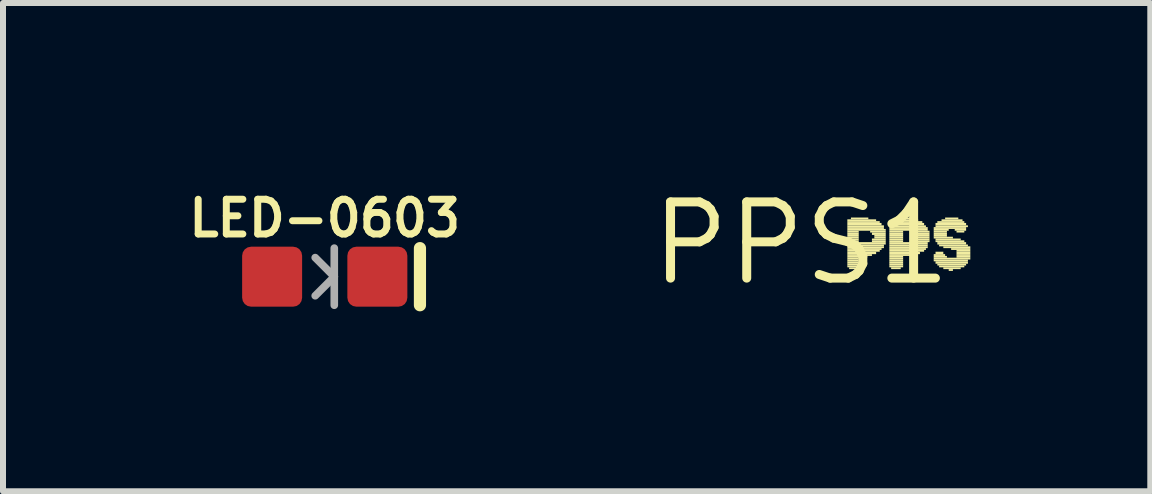
<source format=kicad_pcb>
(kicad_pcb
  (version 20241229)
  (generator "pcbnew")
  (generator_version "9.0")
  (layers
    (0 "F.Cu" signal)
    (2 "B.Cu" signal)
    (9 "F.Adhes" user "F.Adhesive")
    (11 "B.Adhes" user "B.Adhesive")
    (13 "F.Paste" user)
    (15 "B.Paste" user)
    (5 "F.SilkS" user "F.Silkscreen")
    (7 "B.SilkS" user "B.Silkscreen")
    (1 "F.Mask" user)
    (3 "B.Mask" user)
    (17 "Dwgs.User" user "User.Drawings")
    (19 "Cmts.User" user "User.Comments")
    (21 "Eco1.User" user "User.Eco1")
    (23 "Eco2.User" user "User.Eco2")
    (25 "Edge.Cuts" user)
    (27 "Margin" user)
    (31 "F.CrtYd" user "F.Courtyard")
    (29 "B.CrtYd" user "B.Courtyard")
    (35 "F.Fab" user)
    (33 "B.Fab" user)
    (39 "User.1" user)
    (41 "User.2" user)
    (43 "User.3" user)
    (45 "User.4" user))
  (footprint "PPS1"
    (layer "F.Cu")
    (at 10.304 1.006)
    (property "Reference" "PPS1" (at 0 0 0) (layer "F.SilkS") (effects (font (size 1.27 1.27) (thickness 0.15))))
    (attr through_hole)
    (fp_poly (pts (xy 0.77 -0.37) (xy 1.25 -0.37) (xy 1.25 -0.4) (xy 0.77 -0.4)) (stroke (width 0) (type solid)) (fill yes) (layer "F.SilkS"))
    (fp_poly (pts (xy 0.77 -0.34) (xy 1.31 -0.34) (xy 1.31 -0.37) (xy 0.77 -0.37)) (stroke (width 0) (type solid)) (fill yes) (layer "F.SilkS"))
    (fp_poly (pts (xy 0.77 -0.3) (xy 1.34 -0.3) (xy 1.34 -0.34) (xy 0.77 -0.34)) (stroke (width 0) (type solid)) (fill yes) (layer "F.SilkS"))
    (fp_poly (pts (xy 0.77 -0.27) (xy 1.38 -0.27) (xy 1.38 -0.3) (xy 0.77 -0.3)) (stroke (width 0) (type solid)) (fill yes) (layer "F.SilkS"))
    (fp_poly (pts (xy 0.77 -0.24) (xy 1.38 -0.24) (xy 1.38 -0.27) (xy 0.77 -0.27)) (stroke (width 0) (type solid)) (fill yes) (layer "F.SilkS"))
    (fp_poly (pts (xy 0.77 -0.21) (xy 1.41 -0.21) (xy 1.41 -0.24) (xy 0.77 -0.24)) (stroke (width 0) (type solid)) (fill yes) (layer "F.SilkS"))
    (fp_poly (pts (xy 0.77 -0.18) (xy 0.96 -0.18) (xy 0.96 -0.21) (xy 0.77 -0.21)) (stroke (width 0) (type solid)) (fill yes) (layer "F.SilkS"))
    (fp_poly (pts (xy 0.77 -0.14) (xy 0.96 -0.14) (xy 0.96 -0.18) (xy 0.77 -0.18)) (stroke (width 0) (type solid)) (fill yes) (layer "F.SilkS"))
    (fp_poly (pts (xy 0.77 -0.11) (xy 0.96 -0.11) (xy 0.96 -0.14) (xy 0.77 -0.14)) (stroke (width 0) (type solid)) (fill yes) (layer "F.SilkS"))
    (fp_poly (pts (xy 0.77 -0.08) (xy 0.96 -0.08) (xy 0.96 -0.11) (xy 0.77 -0.11)) (stroke (width 0) (type solid)) (fill yes) (layer "F.SilkS"))
    (fp_poly (pts (xy 0.77 -0.05) (xy 0.96 -0.05) (xy 0.96 -0.08) (xy 0.77 -0.08)) (stroke (width 0) (type solid)) (fill yes) (layer "F.SilkS"))
    (fp_poly (pts (xy 0.77 -0.02) (xy 0.96 -0.02) (xy 0.96 -0.05) (xy 0.77 -0.05)) (stroke (width 0) (type solid)) (fill yes) (layer "F.SilkS"))
    (fp_poly (pts (xy 0.77 0.02) (xy 1.41 0.02) (xy 1.41 -0.02) (xy 0.77 -0.02)) (stroke (width 0) (type solid)) (fill yes) (layer "F.SilkS"))
    (fp_poly (pts (xy 0.77 0.05) (xy 1.38 0.05) (xy 1.38 0.02) (xy 0.77 0.02)) (stroke (width 0) (type solid)) (fill yes) (layer "F.SilkS"))
    (fp_poly (pts (xy 0.77 0.08) (xy 1.38 0.08) (xy 1.38 0.05) (xy 0.77 0.05)) (stroke (width 0) (type solid)) (fill yes) (layer "F.SilkS"))
    (fp_poly (pts (xy 0.77 0.11) (xy 1.34 0.11) (xy 1.34 0.08) (xy 0.77 0.08)) (stroke (width 0) (type solid)) (fill yes) (layer "F.SilkS"))
    (fp_poly (pts (xy 0.77 0.14) (xy 1.31 0.14) (xy 1.31 0.11) (xy 0.77 0.11)) (stroke (width 0) (type solid)) (fill yes) (layer "F.SilkS"))
    (fp_poly (pts (xy 0.77 0.18) (xy 1.25 0.18) (xy 1.25 0.14) (xy 0.77 0.14)) (stroke (width 0) (type solid)) (fill yes) (layer "F.SilkS"))
    (fp_poly (pts (xy 0.77 0.21) (xy 1.18 0.21) (xy 1.18 0.18) (xy 0.77 0.18)) (stroke (width 0) (type solid)) (fill yes) (layer "F.SilkS"))
    (fp_poly (pts (xy 0.77 0.24) (xy 0.96 0.24) (xy 0.96 0.21) (xy 0.77 0.21)) (stroke (width 0) (type solid)) (fill yes) (layer "F.SilkS"))
    (fp_poly (pts (xy 0.77 0.27) (xy 0.96 0.27) (xy 0.96 0.24) (xy 0.77 0.24)) (stroke (width 0) (type solid)) (fill yes) (layer "F.SilkS"))
    (fp_poly (pts (xy 0.77 0.3) (xy 0.96 0.3) (xy 0.96 0.27) (xy 0.77 0.27)) (stroke (width 0) (type solid)) (fill yes) (layer "F.SilkS"))
    (fp_poly (pts (xy 0.77 0.34) (xy 0.96 0.34) (xy 0.96 0.3) (xy 0.77 0.3)) (stroke (width 0) (type solid)) (fill yes) (layer "F.SilkS"))
    (fp_poly (pts (xy 0.77 0.37) (xy 0.96 0.37) (xy 0.96 0.34) (xy 0.77 0.34)) (stroke (width 0) (type solid)) (fill yes) (layer "F.SilkS"))
    (fp_poly (pts (xy 0.77 0.4) (xy 0.96 0.4) (xy 0.96 0.37) (xy 0.77 0.37)) (stroke (width 0) (type solid)) (fill yes) (layer "F.SilkS"))
    (fp_poly (pts (xy 0.8 0.43) (xy 0.93 0.43) (xy 0.93 0.4) (xy 0.8 0.4)) (stroke (width 0) (type solid)) (fill yes) (layer "F.SilkS"))
    (fp_poly (pts (xy 0.83 -0.4) (xy 1.12 -0.4) (xy 1.12 -0.43) (xy 0.83 -0.43)) (stroke (width 0) (type solid)) (fill yes) (layer "F.SilkS"))
    (fp_poly (pts (xy 1.15 -0.18) (xy 1.41 -0.18) (xy 1.41 -0.21) (xy 1.15 -0.21)) (stroke (width 0) (type solid)) (fill yes) (layer "F.SilkS"))
    (fp_poly (pts (xy 1.18 -0.14) (xy 1.41 -0.14) (xy 1.41 -0.18) (xy 1.18 -0.18)) (stroke (width 0) (type solid)) (fill yes) (layer "F.SilkS"))
    (fp_poly (pts (xy 1.18 -0.05) (xy 1.41 -0.05) (xy 1.41 -0.08) (xy 1.18 -0.08)) (stroke (width 0) (type solid)) (fill yes) (layer "F.SilkS"))
    (fp_poly (pts (xy 1.18 -0.02) (xy 1.41 -0.02) (xy 1.41 -0.05) (xy 1.18 -0.05)) (stroke (width 0) (type solid)) (fill yes) (layer "F.SilkS"))
    (fp_poly (pts (xy 1.22 -0.11) (xy 1.41 -0.11) (xy 1.41 -0.14) (xy 1.22 -0.14)) (stroke (width 0) (type solid)) (fill yes) (layer "F.SilkS"))
    (fp_poly (pts (xy 1.22 -0.08) (xy 1.41 -0.08) (xy 1.41 -0.11) (xy 1.22 -0.11)) (stroke (width 0) (type solid)) (fill yes) (layer "F.SilkS"))
    (fp_poly (pts (xy 1.47 -0.34) (xy 2.02 -0.34) (xy 2.02 -0.37) (xy 1.47 -0.37)) (stroke (width 0) (type solid)) (fill yes) (layer "F.SilkS"))
    (fp_poly (pts (xy 1.47 -0.3) (xy 2.05 -0.3) (xy 2.05 -0.34) (xy 1.47 -0.34)) (stroke (width 0) (type solid)) (fill yes) (layer "F.SilkS"))
    (fp_poly (pts (xy 1.47 -0.27) (xy 2.08 -0.27) (xy 2.08 -0.3) (xy 1.47 -0.3)) (stroke (width 0) (type solid)) (fill yes) (layer "F.SilkS"))
    (fp_poly (pts (xy 1.47 -0.24) (xy 2.11 -0.24) (xy 2.11 -0.27) (xy 1.47 -0.27)) (stroke (width 0) (type solid)) (fill yes) (layer "F.SilkS"))
    (fp_poly (pts (xy 1.47 -0.21) (xy 2.11 -0.21) (xy 2.11 -0.24) (xy 1.47 -0.24)) (stroke (width 0) (type solid)) (fill yes) (layer "F.SilkS"))
    (fp_poly (pts (xy 1.47 -0.18) (xy 1.7 -0.18) (xy 1.7 -0.21) (xy 1.47 -0.21)) (stroke (width 0) (type solid)) (fill yes) (layer "F.SilkS"))
    (fp_poly (pts (xy 1.47 -0.14) (xy 1.7 -0.14) (xy 1.7 -0.18) (xy 1.47 -0.18)) (stroke (width 0) (type solid)) (fill yes) (layer "F.SilkS"))
    (fp_poly (pts (xy 1.47 -0.11) (xy 1.7 -0.11) (xy 1.7 -0.14) (xy 1.47 -0.14)) (stroke (width 0) (type solid)) (fill yes) (layer "F.SilkS"))
    (fp_poly (pts (xy 1.47 -0.08) (xy 1.7 -0.08) (xy 1.7 -0.11) (xy 1.47 -0.11)) (stroke (width 0) (type solid)) (fill yes) (layer "F.SilkS"))
    (fp_poly (pts (xy 1.47 -0.05) (xy 1.7 -0.05) (xy 1.7 -0.08) (xy 1.47 -0.08)) (stroke (width 0) (type solid)) (fill yes) (layer "F.SilkS"))
    (fp_poly (pts (xy 1.47 -0.02) (xy 1.7 -0.02) (xy 1.7 -0.05) (xy 1.47 -0.05)) (stroke (width 0) (type solid)) (fill yes) (layer "F.SilkS"))
    (fp_poly (pts (xy 1.47 0.02) (xy 2.11 0.02) (xy 2.11 -0.02) (xy 1.47 -0.02)) (stroke (width 0) (type solid)) (fill yes) (layer "F.SilkS"))
    (fp_poly (pts (xy 1.47 0.05) (xy 2.11 0.05) (xy 2.11 0.02) (xy 1.47 0.02)) (stroke (width 0) (type solid)) (fill yes) (layer "F.SilkS"))
    (fp_poly (pts (xy 1.47 0.08) (xy 2.11 0.08) (xy 2.11 0.05) (xy 1.47 0.05)) (stroke (width 0) (type solid)) (fill yes) (layer "F.SilkS"))
    (fp_poly (pts (xy 1.47 0.11) (xy 2.08 0.11) (xy 2.08 0.08) (xy 1.47 0.08)) (stroke (width 0) (type solid)) (fill yes) (layer "F.SilkS"))
    (fp_poly (pts (xy 1.47 0.14) (xy 2.05 0.14) (xy 2.05 0.11) (xy 1.47 0.11)) (stroke (width 0) (type solid)) (fill yes) (layer "F.SilkS"))
    (fp_poly (pts (xy 1.47 0.18) (xy 1.98 0.18) (xy 1.98 0.14) (xy 1.47 0.14)) (stroke (width 0) (type solid)) (fill yes) (layer "F.SilkS"))
    (fp_poly (pts (xy 1.47 0.21) (xy 1.92 0.21) (xy 1.92 0.18) (xy 1.47 0.18)) (stroke (width 0) (type solid)) (fill yes) (layer "F.SilkS"))
    (fp_poly (pts (xy 1.47 0.24) (xy 1.7 0.24) (xy 1.7 0.21) (xy 1.47 0.21)) (stroke (width 0) (type solid)) (fill yes) (layer "F.SilkS"))
    (fp_poly (pts (xy 1.47 0.27) (xy 1.7 0.27) (xy 1.7 0.24) (xy 1.47 0.24)) (stroke (width 0) (type solid)) (fill yes) (layer "F.SilkS"))
    (fp_poly (pts (xy 1.47 0.3) (xy 1.7 0.3) (xy 1.7 0.27) (xy 1.47 0.27)) (stroke (width 0) (type solid)) (fill yes) (layer "F.SilkS"))
    (fp_poly (pts (xy 1.47 0.34) (xy 1.7 0.34) (xy 1.7 0.3) (xy 1.47 0.3)) (stroke (width 0) (type solid)) (fill yes) (layer "F.SilkS"))
    (fp_poly (pts (xy 1.47 0.37) (xy 1.7 0.37) (xy 1.7 0.34) (xy 1.47 0.34)) (stroke (width 0) (type solid)) (fill yes) (layer "F.SilkS"))
    (fp_poly (pts (xy 1.47 0.4) (xy 1.7 0.4) (xy 1.7 0.37) (xy 1.47 0.37)) (stroke (width 0) (type solid)) (fill yes) (layer "F.SilkS"))
    (fp_poly (pts (xy 1.5 -0.37) (xy 1.95 -0.37) (xy 1.95 -0.4) (xy 1.5 -0.4)) (stroke (width 0) (type solid)) (fill yes) (layer "F.SilkS"))
    (fp_poly (pts (xy 1.5 0.43) (xy 1.66 0.43) (xy 1.66 0.4) (xy 1.5 0.4)) (stroke (width 0) (type solid)) (fill yes) (layer "F.SilkS"))
    (fp_poly (pts (xy 1.57 -0.4) (xy 1.86 -0.4) (xy 1.86 -0.43) (xy 1.57 -0.43)) (stroke (width 0) (type solid)) (fill yes) (layer "F.SilkS"))
    (fp_poly (pts (xy 1.89 -0.18) (xy 2.14 -0.18) (xy 2.14 -0.21) (xy 1.89 -0.21)) (stroke (width 0) (type solid)) (fill yes) (layer "F.SilkS"))
    (fp_poly (pts (xy 1.89 -0.02) (xy 2.14 -0.02) (xy 2.14 -0.05) (xy 1.89 -0.05)) (stroke (width 0) (type solid)) (fill yes) (layer "F.SilkS"))
    (fp_poly (pts (xy 1.92 -0.14) (xy 2.14 -0.14) (xy 2.14 -0.18) (xy 1.92 -0.18)) (stroke (width 0) (type solid)) (fill yes) (layer "F.SilkS"))
    (fp_poly (pts (xy 1.92 -0.11) (xy 2.14 -0.11) (xy 2.14 -0.14) (xy 1.92 -0.14)) (stroke (width 0) (type solid)) (fill yes) (layer "F.SilkS"))
    (fp_poly (pts (xy 1.92 -0.08) (xy 2.14 -0.08) (xy 2.14 -0.11) (xy 1.92 -0.11)) (stroke (width 0) (type solid)) (fill yes) (layer "F.SilkS"))
    (fp_poly (pts (xy 1.92 -0.05) (xy 2.14 -0.05) (xy 2.14 -0.08) (xy 1.92 -0.08)) (stroke (width 0) (type solid)) (fill yes) (layer "F.SilkS"))
    (fp_poly (pts (xy 2.21 -0.24) (xy 2.75 -0.24) (xy 2.75 -0.27) (xy 2.21 -0.27)) (stroke (width 0) (type solid)) (fill yes) (layer "F.SilkS"))
    (fp_poly (pts (xy 2.21 -0.21) (xy 2.46 -0.21) (xy 2.46 -0.24) (xy 2.21 -0.24)) (stroke (width 0) (type solid)) (fill yes) (layer "F.SilkS"))
    (fp_poly (pts (xy 2.21 -0.18) (xy 2.43 -0.18) (xy 2.43 -0.21) (xy 2.21 -0.21)) (stroke (width 0) (type solid)) (fill yes) (layer "F.SilkS"))
    (fp_poly (pts (xy 2.21 -0.14) (xy 2.43 -0.14) (xy 2.43 -0.18) (xy 2.21 -0.18)) (stroke (width 0) (type solid)) (fill yes) (layer "F.SilkS"))
    (fp_poly (pts (xy 2.21 -0.11) (xy 2.43 -0.11) (xy 2.43 -0.14) (xy 2.21 -0.14)) (stroke (width 0) (type solid)) (fill yes) (layer "F.SilkS"))
    (fp_poly (pts (xy 2.21 -0.08) (xy 2.53 -0.08) (xy 2.53 -0.11) (xy 2.21 -0.11)) (stroke (width 0) (type solid)) (fill yes) (layer "F.SilkS"))
    (fp_poly (pts (xy 2.21 0.21) (xy 2.4 0.21) (xy 2.4 0.18) (xy 2.21 0.18)) (stroke (width 0) (type solid)) (fill yes) (layer "F.SilkS"))
    (fp_poly (pts (xy 2.21 0.24) (xy 2.43 0.24) (xy 2.43 0.21) (xy 2.21 0.21)) (stroke (width 0) (type solid)) (fill yes) (layer "F.SilkS"))
    (fp_poly (pts (xy 2.21 0.27) (xy 2.82 0.27) (xy 2.82 0.24) (xy 2.21 0.24)) (stroke (width 0) (type solid)) (fill yes) (layer "F.SilkS"))
    (fp_poly (pts (xy 2.21 0.3) (xy 2.78 0.3) (xy 2.78 0.27) (xy 2.21 0.27)) (stroke (width 0) (type solid)) (fill yes) (layer "F.SilkS"))
    (fp_poly (pts (xy 2.24 -0.3) (xy 2.75 -0.3) (xy 2.75 -0.34) (xy 2.24 -0.34)) (stroke (width 0) (type solid)) (fill yes) (layer "F.SilkS"))
    (fp_poly (pts (xy 2.24 -0.27) (xy 2.78 -0.27) (xy 2.78 -0.3) (xy 2.24 -0.3)) (stroke (width 0) (type solid)) (fill yes) (layer "F.SilkS"))
    (fp_poly (pts (xy 2.24 -0.05) (xy 2.66 -0.05) (xy 2.66 -0.08) (xy 2.24 -0.08)) (stroke (width 0) (type solid)) (fill yes) (layer "F.SilkS"))
    (fp_poly (pts (xy 2.24 -0.02) (xy 2.72 -0.02) (xy 2.72 -0.05) (xy 2.24 -0.05)) (stroke (width 0) (type solid)) (fill yes) (layer "F.SilkS"))
    (fp_poly (pts (xy 2.24 0.18) (xy 2.37 0.18) (xy 2.37 0.14) (xy 2.24 0.14)) (stroke (width 0) (type solid)) (fill yes) (layer "F.SilkS"))
    (fp_poly (pts (xy 2.24 0.34) (xy 2.78 0.34) (xy 2.78 0.3) (xy 2.24 0.3)) (stroke (width 0) (type solid)) (fill yes) (layer "F.SilkS"))
    (fp_poly (pts (xy 2.27 -0.34) (xy 2.72 -0.34) (xy 2.72 -0.37) (xy 2.27 -0.37)) (stroke (width 0) (type solid)) (fill yes) (layer "F.SilkS"))
    (fp_poly (pts (xy 2.27 0.02) (xy 2.75 0.02) (xy 2.75 -0.02) (xy 2.27 -0.02)) (stroke (width 0) (type solid)) (fill yes) (layer "F.SilkS"))
    (fp_poly (pts (xy 2.27 0.37) (xy 2.75 0.37) (xy 2.75 0.34) (xy 2.27 0.34)) (stroke (width 0) (type solid)) (fill yes) (layer "F.SilkS"))
    (fp_poly (pts (xy 2.3 0.05) (xy 2.78 0.05) (xy 2.78 0.02) (xy 2.3 0.02)) (stroke (width 0) (type solid)) (fill yes) (layer "F.SilkS"))
    (fp_poly (pts (xy 2.3 0.4) (xy 2.72 0.4) (xy 2.72 0.37) (xy 2.3 0.37)) (stroke (width 0) (type solid)) (fill yes) (layer "F.SilkS"))
    (fp_poly (pts (xy 2.34 -0.37) (xy 2.69 -0.37) (xy 2.69 -0.4) (xy 2.34 -0.4)) (stroke (width 0) (type solid)) (fill yes) (layer "F.SilkS"))
    (fp_poly (pts (xy 2.37 0.08) (xy 2.82 0.08) (xy 2.82 0.05) (xy 2.37 0.05)) (stroke (width 0) (type solid)) (fill yes) (layer "F.SilkS"))
    (fp_poly (pts (xy 2.37 0.43) (xy 2.66 0.43) (xy 2.66 0.4) (xy 2.37 0.4)) (stroke (width 0) (type solid)) (fill yes) (layer "F.SilkS"))
    (fp_poly (pts (xy 2.4 -0.4) (xy 2.62 -0.4) (xy 2.62 -0.43) (xy 2.4 -0.43)) (stroke (width 0) (type solid)) (fill yes) (layer "F.SilkS"))
    (fp_poly (pts (xy 2.46 0.46) (xy 2.53 0.46) (xy 2.53 0.43) (xy 2.46 0.43)) (stroke (width 0) (type solid)) (fill yes) (layer "F.SilkS"))
    (fp_poly (pts (xy 2.5 0.11) (xy 2.82 0.11) (xy 2.82 0.08) (xy 2.5 0.08)) (stroke (width 0) (type solid)) (fill yes) (layer "F.SilkS"))
    (fp_poly (pts (xy 2.56 -0.21) (xy 2.75 -0.21) (xy 2.75 -0.24) (xy 2.56 -0.24)) (stroke (width 0) (type solid)) (fill yes) (layer "F.SilkS"))
    (fp_poly (pts (xy 2.59 -0.18) (xy 2.72 -0.18) (xy 2.72 -0.21) (xy 2.59 -0.21)) (stroke (width 0) (type solid)) (fill yes) (layer "F.SilkS"))
    (fp_poly (pts (xy 2.59 0.14) (xy 2.82 0.14) (xy 2.82 0.11) (xy 2.59 0.11)) (stroke (width 0) (type solid)) (fill yes) (layer "F.SilkS"))
    (fp_poly (pts (xy 2.59 0.18) (xy 2.82 0.18) (xy 2.82 0.14) (xy 2.59 0.14)) (stroke (width 0) (type solid)) (fill yes) (layer "F.SilkS"))
    (fp_poly (pts (xy 2.59 0.21) (xy 2.82 0.21) (xy 2.82 0.18) (xy 2.59 0.18)) (stroke (width 0) (type solid)) (fill yes) (layer "F.SilkS"))
    (fp_poly (pts (xy 2.59 0.24) (xy 2.82 0.24) (xy 2.82 0.21) (xy 2.59 0.21)) (stroke (width 0) (type solid)) (fill yes) (layer "F.SilkS")))
  (footprint "LED-0603"
    (layer "F.Cu")
    (at 2.363 1.562)
    (property "Reference" "LED-0603" (at 0 -0.635 180) (layer "F.SilkS") (effects (font (size 0.579 0.579) (thickness 0.116)) (justify bottom)))
    (attr through_hole)
    (fp_line (start 1.587 -0.476) (end 1.587 0.476) (stroke (width 0.203) (type solid)) (layer "F.SilkS"))
    (fp_line (start 0.159 -0.476) (end 0.159 0) (stroke (width 0.127) (type solid)) (layer "F.Fab"))
    (fp_line (start 0.159 0) (end -0.159 -0.318) (stroke (width 0.127) (type solid)) (layer "F.Fab"))
    (fp_line (start 0.159 0) (end -0.159 0.318) (stroke (width 0.127) (type solid)) (layer "F.Fab"))
    (fp_line (start 0.159 0) (end 0.159 0.476) (stroke (width 0.127) (type solid)) (layer "F.Fab"))
    (pad "A" smd roundrect (at -0.877 0 270) (size 1 1) (layers "F.Cu" "F.Mask" "F.Paste") (roundrect_rratio 0.15))
    (pad "C" smd roundrect (at 0.877 0 270) (size 1 1) (layers "F.Cu" "F.Mask" "F.Paste") (roundrect_rratio 0.15)))
  (gr_rect
    (start -3 -3)
    (end 16.124 5.139)
    (stroke (width 0.1) (type default))
    (fill no)
    (layer "Edge.Cuts")))
</source>
